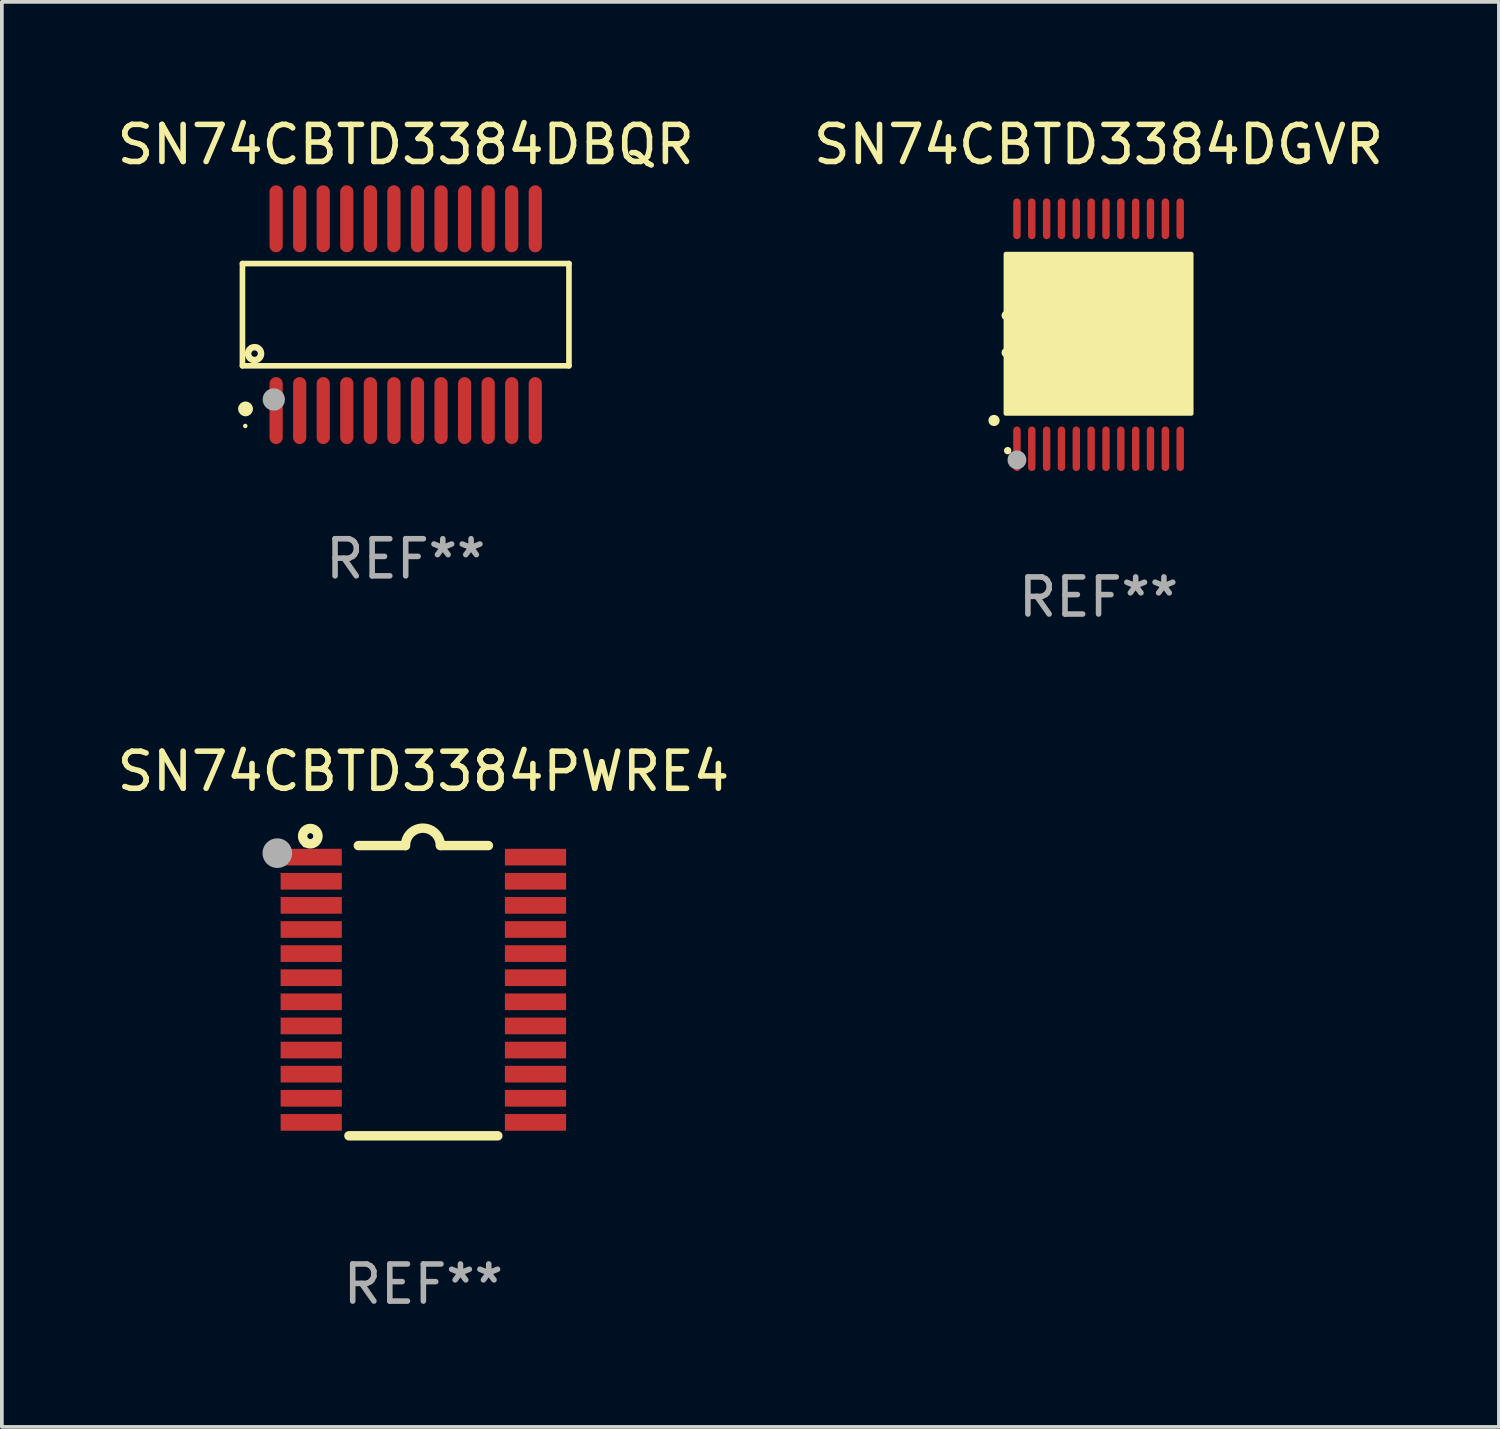
<source format=kicad_pcb>
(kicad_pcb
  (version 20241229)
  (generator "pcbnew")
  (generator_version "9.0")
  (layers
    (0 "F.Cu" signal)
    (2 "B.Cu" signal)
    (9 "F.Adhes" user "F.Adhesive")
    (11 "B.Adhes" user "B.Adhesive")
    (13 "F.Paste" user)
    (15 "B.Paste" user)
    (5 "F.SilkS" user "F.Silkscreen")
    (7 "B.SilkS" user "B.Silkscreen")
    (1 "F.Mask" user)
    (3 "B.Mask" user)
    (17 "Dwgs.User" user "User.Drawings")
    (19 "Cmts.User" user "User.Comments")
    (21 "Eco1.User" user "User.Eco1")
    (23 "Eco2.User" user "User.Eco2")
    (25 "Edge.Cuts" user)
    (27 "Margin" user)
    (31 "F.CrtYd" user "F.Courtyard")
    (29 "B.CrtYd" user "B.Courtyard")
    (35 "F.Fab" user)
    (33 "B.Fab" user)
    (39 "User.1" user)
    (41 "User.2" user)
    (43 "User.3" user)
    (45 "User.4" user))
  (footprint "SN74CBTD3384DBQR"
    (layer "F.Cu")
    (at 7.887 5.433)
    (property "Reference" "SN74CBTD3384DBQR" (at 0 -4.585 0) (layer "F.SilkS") (effects (font (size 1 1) (thickness 0.15))))
    (attr through_hole)
    (fp_line (start -4.401 -1.378) (end 4.401 -1.378) (stroke (width 0.152) (type solid)) (layer "F.SilkS"))
    (fp_line (start -4.401 1.378) (end -4.401 -1.378) (stroke (width 0.152) (type solid)) (layer "F.SilkS"))
    (fp_line (start 4.401 -1.378) (end 4.401 1.378) (stroke (width 0.152) (type solid)) (layer "F.SilkS"))
    (fp_line (start 4.401 1.378) (end -4.401 1.378) (stroke (width 0.152) (type solid)) (layer "F.SilkS"))
    (fp_circle (center -4.325 3) (end -4.295 3) (stroke (width 0.06) (type solid)) (fill no) (layer "F.SilkS"))
    (fp_circle (center -4.318 2.54) (end -4.218 2.54) (stroke (width 0.2) (type solid)) (fill no) (layer "F.SilkS"))
    (fp_circle (center -4.074 1.05) (end -3.987 1.05) (stroke (width 0.175) (type solid)) (fill no) (layer "F.SilkS"))
    (fp_circle (center -3.556 2.286) (end -3.406 2.286) (stroke (width 0.3) (type solid)) (fill no) (layer "F.Fab"))
    (fp_text user "REF**" (at 0 6.585 0) (layer "F.Fab") (effects (font (size 1 1) (thickness 0.15))))
    (pad "1" smd oval (at -3.493 2.585) (size 0.356 1.805) (layers "F.Cu" "F.Mask" "F.Paste"))
    (pad "2" smd oval (at -2.858 2.585) (size 0.356 1.805) (layers "F.Cu" "F.Mask" "F.Paste"))
    (pad "3" smd oval (at -2.223 2.585) (size 0.356 1.805) (layers "F.Cu" "F.Mask" "F.Paste"))
    (pad "4" smd oval (at -1.588 2.585) (size 0.356 1.805) (layers "F.Cu" "F.Mask" "F.Paste"))
    (pad "5" smd oval (at -0.953 2.585) (size 0.356 1.805) (layers "F.Cu" "F.Mask" "F.Paste"))
    (pad "6" smd oval (at -0.318 2.585) (size 0.356 1.805) (layers "F.Cu" "F.Mask" "F.Paste"))
    (pad "7" smd oval (at 0.318 2.585) (size 0.356 1.805) (layers "F.Cu" "F.Mask" "F.Paste"))
    (pad "8" smd oval (at 0.953 2.585) (size 0.356 1.805) (layers "F.Cu" "F.Mask" "F.Paste"))
    (pad "9" smd oval (at 1.588 2.585) (size 0.356 1.805) (layers "F.Cu" "F.Mask" "F.Paste"))
    (pad "10" smd oval (at 2.223 2.585) (size 0.356 1.805) (layers "F.Cu" "F.Mask" "F.Paste"))
    (pad "11" smd oval (at 2.858 2.585) (size 0.356 1.805) (layers "F.Cu" "F.Mask" "F.Paste"))
    (pad "12" smd oval (at 3.493 2.585) (size 0.356 1.805) (layers "F.Cu" "F.Mask" "F.Paste"))
    (pad "13" smd oval (at 3.493 -2.585) (size 0.356 1.805) (layers "F.Cu" "F.Mask" "F.Paste"))
    (pad "14" smd oval (at 2.858 -2.585) (size 0.356 1.805) (layers "F.Cu" "F.Mask" "F.Paste"))
    (pad "15" smd oval (at 2.223 -2.585) (size 0.356 1.805) (layers "F.Cu" "F.Mask" "F.Paste"))
    (pad "16" smd oval (at 1.588 -2.585) (size 0.356 1.805) (layers "F.Cu" "F.Mask" "F.Paste"))
    (pad "17" smd oval (at 0.953 -2.585) (size 0.356 1.805) (layers "F.Cu" "F.Mask" "F.Paste"))
    (pad "18" smd oval (at 0.318 -2.585) (size 0.356 1.805) (layers "F.Cu" "F.Mask" "F.Paste"))
    (pad "19" smd oval (at -0.318 -2.585) (size 0.356 1.805) (layers "F.Cu" "F.Mask" "F.Paste"))
    (pad "20" smd oval (at -0.953 -2.585) (size 0.356 1.805) (layers "F.Cu" "F.Mask" "F.Paste"))
    (pad "21" smd oval (at -1.588 -2.585) (size 0.356 1.805) (layers "F.Cu" "F.Mask" "F.Paste"))
    (pad "22" smd oval (at -2.223 -2.585) (size 0.356 1.805) (layers "F.Cu" "F.Mask" "F.Paste"))
    (pad "23" smd oval (at -2.858 -2.585) (size 0.356 1.805) (layers "F.Cu" "F.Mask" "F.Paste"))
    (pad "24" smd oval (at -3.493 -2.585) (size 0.356 1.805) (layers "F.Cu" "F.Mask" "F.Paste")))
  (footprint "SN74CBTD3384PWRE4"
    (layer "F.Cu")
    (at 8.363 23.657)
    (property "Reference" "SN74CBTD3384PWRE4" (at 0 -5.912 0) (layer "F.SilkS") (effects (font (size 1 1) (thickness 0.15))))
    (attr through_hole)
    (fp_line (start -1.753 -3.912) (end -0.483 -3.912) (stroke (width 0.254) (type solid)) (layer "F.SilkS"))
    (fp_line (start 0.483 -3.912) (end 1.753 -3.912) (stroke (width 0.254) (type solid)) (layer "F.SilkS"))
    (fp_line (start 2.007 3.912) (end -2.007 3.912) (stroke (width 0.254) (type solid)) (layer "F.SilkS"))
    (fp_arc (start -0.482626 -3.911608) (mid -0.012725 -4.381509) (end 0.457176 -3.911608) (stroke (width 0.254001) (type solid)) (layer "F.SilkS"))
    (fp_circle (center -3.2 -3.925) (end -3.17 -3.925) (stroke (width 0.06) (type solid)) (fill no) (layer "F.SilkS"))
    (fp_circle (center -3.048 -4.166) (end -2.968 -4.166) (stroke (width 0.254) (type solid)) (fill no) (layer "F.SilkS"))
    (fp_circle (center -3.937 -3.708) (end -3.737 -3.708) (stroke (width 0.4) (type solid)) (fill no) (layer "F.Fab"))
    (fp_text user "REF**" (at 0 7.912 0) (layer "F.Fab") (effects (font (size 1 1) (thickness 0.15))))
    (pad "1" smd rect (at -3.023 -3.6) (size 1.65 0.45) (layers "F.Cu" "F.Mask" "F.Paste"))
    (pad "2" smd rect (at -3.023 -2.95) (size 1.65 0.45) (layers "F.Cu" "F.Mask" "F.Paste"))
    (pad "3" smd rect (at -3.023 -2.3) (size 1.65 0.45) (layers "F.Cu" "F.Mask" "F.Paste"))
    (pad "4" smd rect (at -3.023 -1.65) (size 1.65 0.45) (layers "F.Cu" "F.Mask" "F.Paste"))
    (pad "5" smd rect (at -3.023 -1) (size 1.65 0.45) (layers "F.Cu" "F.Mask" "F.Paste"))
    (pad "6" smd rect (at -3.023 -0.35) (size 1.65 0.45) (layers "F.Cu" "F.Mask" "F.Paste"))
    (pad "7" smd rect (at -3.023 0.3) (size 1.65 0.45) (layers "F.Cu" "F.Mask" "F.Paste"))
    (pad "8" smd rect (at -3.023 0.95) (size 1.65 0.45) (layers "F.Cu" "F.Mask" "F.Paste"))
    (pad "9" smd rect (at -3.023 1.6) (size 1.65 0.45) (layers "F.Cu" "F.Mask" "F.Paste"))
    (pad "10" smd rect (at -3.023 2.25) (size 1.65 0.45) (layers "F.Cu" "F.Mask" "F.Paste"))
    (pad "11" smd rect (at -3.023 2.9) (size 1.65 0.45) (layers "F.Cu" "F.Mask" "F.Paste"))
    (pad "12" smd rect (at -3.023 3.55) (size 1.65 0.45) (layers "F.Cu" "F.Mask" "F.Paste"))
    (pad "13" smd rect (at 3.023 3.55) (size 1.65 0.45) (layers "F.Cu" "F.Mask" "F.Paste"))
    (pad "14" smd rect (at 3.023 2.9) (size 1.65 0.45) (layers "F.Cu" "F.Mask" "F.Paste"))
    (pad "15" smd rect (at 3.023 2.25) (size 1.65 0.45) (layers "F.Cu" "F.Mask" "F.Paste"))
    (pad "16" smd rect (at 3.023 1.6) (size 1.65 0.45) (layers "F.Cu" "F.Mask" "F.Paste"))
    (pad "17" smd rect (at 3.023 0.95) (size 1.65 0.45) (layers "F.Cu" "F.Mask" "F.Paste"))
    (pad "18" smd rect (at 3.023 0.3) (size 1.65 0.45) (layers "F.Cu" "F.Mask" "F.Paste"))
    (pad "19" smd rect (at 3.023 -0.35) (size 1.65 0.45) (layers "F.Cu" "F.Mask" "F.Paste"))
    (pad "20" smd rect (at 3.023 -1) (size 1.65 0.45) (layers "F.Cu" "F.Mask" "F.Paste"))
    (pad "21" smd rect (at 3.023 -1.65) (size 1.65 0.45) (layers "F.Cu" "F.Mask" "F.Paste"))
    (pad "22" smd rect (at 3.023 -2.3) (size 1.65 0.45) (layers "F.Cu" "F.Mask" "F.Paste"))
    (pad "23" smd rect (at 3.023 -2.95) (size 1.65 0.45) (layers "F.Cu" "F.Mask" "F.Paste"))
    (pad "24" smd rect (at 3.023 -3.6) (size 1.65 0.45) (layers "F.Cu" "F.Mask" "F.Paste")))
  (footprint "SN74CBTD3384DGVR"
    (layer "F.Cu")
    (at 26.565 5.948)
    (property "Reference" "SN74CBTD3384DGVR" (at 0 -5.1 0) (layer "F.SilkS") (effects (font (size 1 1) (thickness 0.15))))
    (attr through_hole)
    (fp_arc (start -2.819355 2.336703) (mid -2.818085 2.336698) (end -2.816815 2.336703) (stroke (width 0.3) (type solid)) (layer "F.SilkS"))
    (fp_arc (start -2.489154 -0.492863) (mid -1.989154 0.007518) (end -2.489154 0.507899) (stroke (width 0.254001) (type solid)) (layer "F.SilkS"))
    (fp_circle (center -2.45 3.15) (end -2.4 3.15) (stroke (width 0.1) (type solid)) (fill no) (layer "F.SilkS"))
    (fp_poly (pts (xy -2.5 -2.15) (xy 2.5 -2.15) (xy 2.5 2.15) (xy -2.5 2.15)) (stroke (width 0.12) (type solid)) (fill yes) (layer "F.SilkS"))
    (fp_circle (center -2.2 3.4) (end -2.073 3.4) (stroke (width 0.254) (type solid)) (fill no) (layer "F.Fab"))
    (fp_text user "REF**" (at 0 7.1 0) (layer "F.Fab") (effects (font (size 1 1) (thickness 0.15))))
    (pad "1" smd oval (at -2.2 3.1 180) (size 0.2 1.2) (layers "F.Cu" "F.Mask" "F.Paste"))
    (pad "2" smd oval (at -1.8 3.1 180) (size 0.2 1.2) (layers "F.Cu" "F.Mask" "F.Paste"))
    (pad "3" smd oval (at -1.4 3.1 180) (size 0.2 1.2) (layers "F.Cu" "F.Mask" "F.Paste"))
    (pad "4" smd oval (at -1 3.1 180) (size 0.2 1.2) (layers "F.Cu" "F.Mask" "F.Paste"))
    (pad "5" smd oval (at -0.6 3.1 180) (size 0.2 1.2) (layers "F.Cu" "F.Mask" "F.Paste"))
    (pad "6" smd oval (at -0.2 3.1 180) (size 0.2 1.2) (layers "F.Cu" "F.Mask" "F.Paste"))
    (pad "7" smd oval (at 0.2 3.1 180) (size 0.2 1.2) (layers "F.Cu" "F.Mask" "F.Paste"))
    (pad "8" smd oval (at 0.6 3.1 180) (size 0.2 1.2) (layers "F.Cu" "F.Mask" "F.Paste"))
    (pad "9" smd oval (at 1 3.1 180) (size 0.2 1.2) (layers "F.Cu" "F.Mask" "F.Paste"))
    (pad "10" smd oval (at 1.4 3.1 180) (size 0.2 1.2) (layers "F.Cu" "F.Mask" "F.Paste"))
    (pad "11" smd oval (at 1.8 3.1 180) (size 0.2 1.2) (layers "F.Cu" "F.Mask" "F.Paste"))
    (pad "12" smd oval (at 2.2 3.1 180) (size 0.2 1.2) (layers "F.Cu" "F.Mask" "F.Paste"))
    (pad "13" smd oval (at 2.2 -3.1 180) (size 0.2 1.1) (layers "F.Cu" "F.Mask" "F.Paste"))
    (pad "14" smd oval (at 1.8 -3.1 180) (size 0.2 1.1) (layers "F.Cu" "F.Mask" "F.Paste"))
    (pad "15" smd oval (at 1.4 -3.1 180) (size 0.2 1.1) (layers "F.Cu" "F.Mask" "F.Paste"))
    (pad "16" smd oval (at 1 -3.1 180) (size 0.2 1.1) (layers "F.Cu" "F.Mask" "F.Paste"))
    (pad "17" smd oval (at 0.6 -3.1 180) (size 0.2 1.1) (layers "F.Cu" "F.Mask" "F.Paste"))
    (pad "18" smd oval (at 0.2 -3.1 180) (size 0.2 1.1) (layers "F.Cu" "F.Mask" "F.Paste"))
    (pad "19" smd oval (at -0.2 -3.1 180) (size 0.2 1.1) (layers "F.Cu" "F.Mask" "F.Paste"))
    (pad "20" smd oval (at -0.6 -3.1 180) (size 0.2 1.1) (layers "F.Cu" "F.Mask" "F.Paste"))
    (pad "21" smd oval (at -1 -3.1 180) (size 0.2 1.1) (layers "F.Cu" "F.Mask" "F.Paste"))
    (pad "22" smd oval (at -1.4 -3.1 180) (size 0.2 1.1) (layers "F.Cu" "F.Mask" "F.Paste"))
    (pad "23" smd oval (at -1.8 -3.1 180) (size 0.2 1.1) (layers "F.Cu" "F.Mask" "F.Paste"))
    (pad "24" smd oval (at -2.2 -3.1 180) (size 0.2 1.1) (layers "F.Cu" "F.Mask" "F.Paste")))
  (gr_rect
    (start -3 -3)
    (end 37.357 35.416)
    (stroke (width 0.1) (type default))
    (fill no)
    (layer "Edge.Cuts")))
</source>
